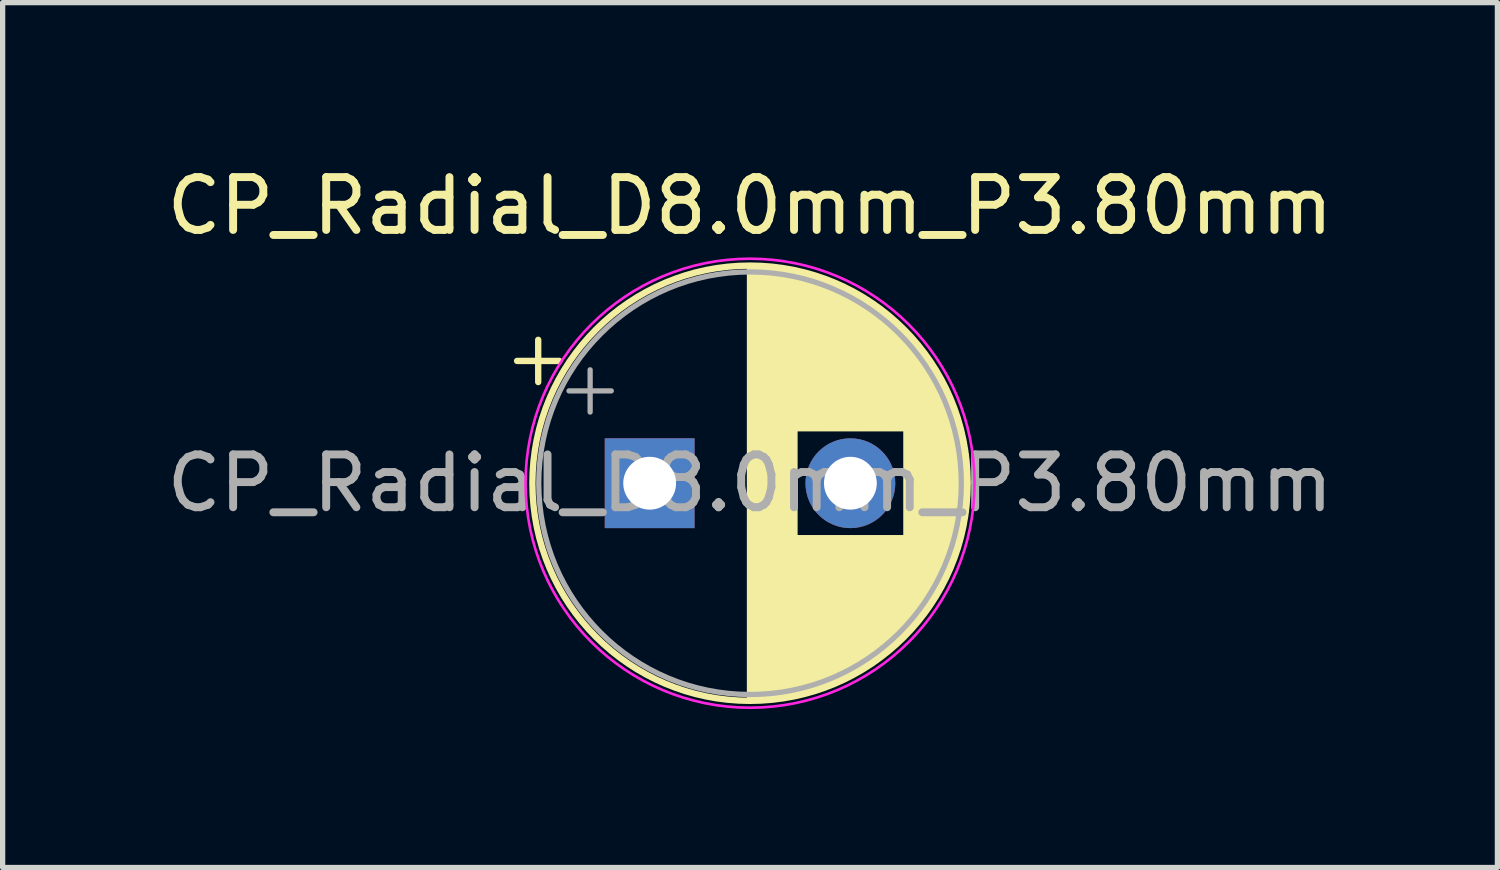
<source format=kicad_pcb>
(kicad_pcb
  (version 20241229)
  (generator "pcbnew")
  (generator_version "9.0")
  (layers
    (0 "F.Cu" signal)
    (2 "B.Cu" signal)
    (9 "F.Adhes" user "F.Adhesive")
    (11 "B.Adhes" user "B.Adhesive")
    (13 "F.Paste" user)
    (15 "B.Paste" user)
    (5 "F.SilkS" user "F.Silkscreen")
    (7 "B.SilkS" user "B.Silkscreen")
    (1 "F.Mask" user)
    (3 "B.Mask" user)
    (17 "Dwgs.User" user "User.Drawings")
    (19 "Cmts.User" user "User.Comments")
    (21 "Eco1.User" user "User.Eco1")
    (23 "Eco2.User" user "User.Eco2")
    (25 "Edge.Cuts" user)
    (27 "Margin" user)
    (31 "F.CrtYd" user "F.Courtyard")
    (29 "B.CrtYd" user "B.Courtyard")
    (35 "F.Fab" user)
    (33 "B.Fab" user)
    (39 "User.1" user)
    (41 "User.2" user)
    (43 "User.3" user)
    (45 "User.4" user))
  (footprint "CP_Radial_D8.0mm_P3.80mm"
    (layer "F.Cu")
    (at 9.249 6.098)
    (property "Reference" "CP_Radial_D8.0mm_P3.80mm" (at 1.9 -5.25 0) (layer "F.SilkS") (effects (font (size 1 1) (thickness 0.15))))
    (attr through_hole)
    (fp_line (start -2.51 -2.315) (end -1.71 -2.315) (stroke (width 0.12) (type solid)) (layer "F.SilkS"))
    (fp_line (start -2.11 -2.715) (end -2.11 -1.915) (stroke (width 0.12) (type solid)) (layer "F.SilkS"))
    (fp_line (start 1.9 -4.08) (end 1.9 4.08) (stroke (width 0.12) (type solid)) (layer "F.SilkS"))
    (fp_line (start 1.94 -4.08) (end 1.94 4.08) (stroke (width 0.12) (type solid)) (layer "F.SilkS"))
    (fp_line (start 1.98 -4.08) (end 1.98 4.08) (stroke (width 0.12) (type solid)) (layer "F.SilkS"))
    (fp_line (start 2.02 -4.079) (end 2.02 4.079) (stroke (width 0.12) (type solid)) (layer "F.SilkS"))
    (fp_line (start 2.06 -4.077) (end 2.06 4.077) (stroke (width 0.12) (type solid)) (layer "F.SilkS"))
    (fp_line (start 2.1 -4.076) (end 2.1 4.076) (stroke (width 0.12) (type solid)) (layer "F.SilkS"))
    (fp_line (start 2.14 -4.074) (end 2.14 4.074) (stroke (width 0.12) (type solid)) (layer "F.SilkS"))
    (fp_line (start 2.18 -4.071) (end 2.18 4.071) (stroke (width 0.12) (type solid)) (layer "F.SilkS"))
    (fp_line (start 2.22 -4.068) (end 2.22 4.068) (stroke (width 0.12) (type solid)) (layer "F.SilkS"))
    (fp_line (start 2.26 -4.065) (end 2.26 4.065) (stroke (width 0.12) (type solid)) (layer "F.SilkS"))
    (fp_line (start 2.3 -4.061) (end 2.3 4.061) (stroke (width 0.12) (type solid)) (layer "F.SilkS"))
    (fp_line (start 2.34 -4.057) (end 2.34 4.057) (stroke (width 0.12) (type solid)) (layer "F.SilkS"))
    (fp_line (start 2.38 -4.052) (end 2.38 4.052) (stroke (width 0.12) (type solid)) (layer "F.SilkS"))
    (fp_line (start 2.42 -4.048) (end 2.42 4.048) (stroke (width 0.12) (type solid)) (layer "F.SilkS"))
    (fp_line (start 2.46 -4.042) (end 2.46 4.042) (stroke (width 0.12) (type solid)) (layer "F.SilkS"))
    (fp_line (start 2.5 -4.037) (end 2.5 4.037) (stroke (width 0.12) (type solid)) (layer "F.SilkS"))
    (fp_line (start 2.54 -4.03) (end 2.54 4.03) (stroke (width 0.12) (type solid)) (layer "F.SilkS"))
    (fp_line (start 2.58 -4.024) (end 2.58 4.024) (stroke (width 0.12) (type solid)) (layer "F.SilkS"))
    (fp_line (start 2.621 -4.017) (end 2.621 4.017) (stroke (width 0.12) (type solid)) (layer "F.SilkS"))
    (fp_line (start 2.661 -4.01) (end 2.661 4.01) (stroke (width 0.12) (type solid)) (layer "F.SilkS"))
    (fp_line (start 2.701 -4.002) (end 2.701 4.002) (stroke (width 0.12) (type solid)) (layer "F.SilkS"))
    (fp_line (start 2.741 -3.994) (end 2.741 3.994) (stroke (width 0.12) (type solid)) (layer "F.SilkS"))
    (fp_line (start 2.781 -3.985) (end 2.781 -1.04) (stroke (width 0.12) (type solid)) (layer "F.SilkS"))
    (fp_line (start 2.781 1.04) (end 2.781 3.985) (stroke (width 0.12) (type solid)) (layer "F.SilkS"))
    (fp_line (start 2.821 -3.976) (end 2.821 -1.04) (stroke (width 0.12) (type solid)) (layer "F.SilkS"))
    (fp_line (start 2.821 1.04) (end 2.821 3.976) (stroke (width 0.12) (type solid)) (layer "F.SilkS"))
    (fp_line (start 2.861 -3.967) (end 2.861 -1.04) (stroke (width 0.12) (type solid)) (layer "F.SilkS"))
    (fp_line (start 2.861 1.04) (end 2.861 3.967) (stroke (width 0.12) (type solid)) (layer "F.SilkS"))
    (fp_line (start 2.901 -3.957) (end 2.901 -1.04) (stroke (width 0.12) (type solid)) (layer "F.SilkS"))
    (fp_line (start 2.901 1.04) (end 2.901 3.957) (stroke (width 0.12) (type solid)) (layer "F.SilkS"))
    (fp_line (start 2.941 -3.947) (end 2.941 -1.04) (stroke (width 0.12) (type solid)) (layer "F.SilkS"))
    (fp_line (start 2.941 1.04) (end 2.941 3.947) (stroke (width 0.12) (type solid)) (layer "F.SilkS"))
    (fp_line (start 2.981 -3.936) (end 2.981 -1.04) (stroke (width 0.12) (type solid)) (layer "F.SilkS"))
    (fp_line (start 2.981 1.04) (end 2.981 3.936) (stroke (width 0.12) (type solid)) (layer "F.SilkS"))
    (fp_line (start 3.021 -3.925) (end 3.021 -1.04) (stroke (width 0.12) (type solid)) (layer "F.SilkS"))
    (fp_line (start 3.021 1.04) (end 3.021 3.925) (stroke (width 0.12) (type solid)) (layer "F.SilkS"))
    (fp_line (start 3.061 -3.914) (end 3.061 -1.04) (stroke (width 0.12) (type solid)) (layer "F.SilkS"))
    (fp_line (start 3.061 1.04) (end 3.061 3.914) (stroke (width 0.12) (type solid)) (layer "F.SilkS"))
    (fp_line (start 3.101 -3.902) (end 3.101 -1.04) (stroke (width 0.12) (type solid)) (layer "F.SilkS"))
    (fp_line (start 3.101 1.04) (end 3.101 3.902) (stroke (width 0.12) (type solid)) (layer "F.SilkS"))
    (fp_line (start 3.141 -3.889) (end 3.141 -1.04) (stroke (width 0.12) (type solid)) (layer "F.SilkS"))
    (fp_line (start 3.141 1.04) (end 3.141 3.889) (stroke (width 0.12) (type solid)) (layer "F.SilkS"))
    (fp_line (start 3.181 -3.877) (end 3.181 -1.04) (stroke (width 0.12) (type solid)) (layer "F.SilkS"))
    (fp_line (start 3.181 1.04) (end 3.181 3.877) (stroke (width 0.12) (type solid)) (layer "F.SilkS"))
    (fp_line (start 3.221 -3.863) (end 3.221 -1.04) (stroke (width 0.12) (type solid)) (layer "F.SilkS"))
    (fp_line (start 3.221 1.04) (end 3.221 3.863) (stroke (width 0.12) (type solid)) (layer "F.SilkS"))
    (fp_line (start 3.261 -3.85) (end 3.261 -1.04) (stroke (width 0.12) (type solid)) (layer "F.SilkS"))
    (fp_line (start 3.261 1.04) (end 3.261 3.85) (stroke (width 0.12) (type solid)) (layer "F.SilkS"))
    (fp_line (start 3.301 -3.835) (end 3.301 -1.04) (stroke (width 0.12) (type solid)) (layer "F.SilkS"))
    (fp_line (start 3.301 1.04) (end 3.301 3.835) (stroke (width 0.12) (type solid)) (layer "F.SilkS"))
    (fp_line (start 3.341 -3.821) (end 3.341 -1.04) (stroke (width 0.12) (type solid)) (layer "F.SilkS"))
    (fp_line (start 3.341 1.04) (end 3.341 3.821) (stroke (width 0.12) (type solid)) (layer "F.SilkS"))
    (fp_line (start 3.381 -3.805) (end 3.381 -1.04) (stroke (width 0.12) (type solid)) (layer "F.SilkS"))
    (fp_line (start 3.381 1.04) (end 3.381 3.805) (stroke (width 0.12) (type solid)) (layer "F.SilkS"))
    (fp_line (start 3.421 -3.79) (end 3.421 -1.04) (stroke (width 0.12) (type solid)) (layer "F.SilkS"))
    (fp_line (start 3.421 1.04) (end 3.421 3.79) (stroke (width 0.12) (type solid)) (layer "F.SilkS"))
    (fp_line (start 3.461 -3.774) (end 3.461 -1.04) (stroke (width 0.12) (type solid)) (layer "F.SilkS"))
    (fp_line (start 3.461 1.04) (end 3.461 3.774) (stroke (width 0.12) (type solid)) (layer "F.SilkS"))
    (fp_line (start 3.501 -3.757) (end 3.501 -1.04) (stroke (width 0.12) (type solid)) (layer "F.SilkS"))
    (fp_line (start 3.501 1.04) (end 3.501 3.757) (stroke (width 0.12) (type solid)) (layer "F.SilkS"))
    (fp_line (start 3.541 -3.74) (end 3.541 -1.04) (stroke (width 0.12) (type solid)) (layer "F.SilkS"))
    (fp_line (start 3.541 1.04) (end 3.541 3.74) (stroke (width 0.12) (type solid)) (layer "F.SilkS"))
    (fp_line (start 3.581 -3.722) (end 3.581 -1.04) (stroke (width 0.12) (type solid)) (layer "F.SilkS"))
    (fp_line (start 3.581 1.04) (end 3.581 3.722) (stroke (width 0.12) (type solid)) (layer "F.SilkS"))
    (fp_line (start 3.621 -3.704) (end 3.621 -1.04) (stroke (width 0.12) (type solid)) (layer "F.SilkS"))
    (fp_line (start 3.621 1.04) (end 3.621 3.704) (stroke (width 0.12) (type solid)) (layer "F.SilkS"))
    (fp_line (start 3.661 -3.686) (end 3.661 -1.04) (stroke (width 0.12) (type solid)) (layer "F.SilkS"))
    (fp_line (start 3.661 1.04) (end 3.661 3.686) (stroke (width 0.12) (type solid)) (layer "F.SilkS"))
    (fp_line (start 3.701 -3.666) (end 3.701 -1.04) (stroke (width 0.12) (type solid)) (layer "F.SilkS"))
    (fp_line (start 3.701 1.04) (end 3.701 3.666) (stroke (width 0.12) (type solid)) (layer "F.SilkS"))
    (fp_line (start 3.741 -3.647) (end 3.741 -1.04) (stroke (width 0.12) (type solid)) (layer "F.SilkS"))
    (fp_line (start 3.741 1.04) (end 3.741 3.647) (stroke (width 0.12) (type solid)) (layer "F.SilkS"))
    (fp_line (start 3.781 -3.627) (end 3.781 -1.04) (stroke (width 0.12) (type solid)) (layer "F.SilkS"))
    (fp_line (start 3.781 1.04) (end 3.781 3.627) (stroke (width 0.12) (type solid)) (layer "F.SilkS"))
    (fp_line (start 3.821 -3.606) (end 3.821 -1.04) (stroke (width 0.12) (type solid)) (layer "F.SilkS"))
    (fp_line (start 3.821 1.04) (end 3.821 3.606) (stroke (width 0.12) (type solid)) (layer "F.SilkS"))
    (fp_line (start 3.861 -3.584) (end 3.861 -1.04) (stroke (width 0.12) (type solid)) (layer "F.SilkS"))
    (fp_line (start 3.861 1.04) (end 3.861 3.584) (stroke (width 0.12) (type solid)) (layer "F.SilkS"))
    (fp_line (start 3.901 -3.562) (end 3.901 -1.04) (stroke (width 0.12) (type solid)) (layer "F.SilkS"))
    (fp_line (start 3.901 1.04) (end 3.901 3.562) (stroke (width 0.12) (type solid)) (layer "F.SilkS"))
    (fp_line (start 3.941 -3.54) (end 3.941 -1.04) (stroke (width 0.12) (type solid)) (layer "F.SilkS"))
    (fp_line (start 3.941 1.04) (end 3.941 3.54) (stroke (width 0.12) (type solid)) (layer "F.SilkS"))
    (fp_line (start 3.981 -3.517) (end 3.981 -1.04) (stroke (width 0.12) (type solid)) (layer "F.SilkS"))
    (fp_line (start 3.981 1.04) (end 3.981 3.517) (stroke (width 0.12) (type solid)) (layer "F.SilkS"))
    (fp_line (start 4.021 -3.493) (end 4.021 -1.04) (stroke (width 0.12) (type solid)) (layer "F.SilkS"))
    (fp_line (start 4.021 1.04) (end 4.021 3.493) (stroke (width 0.12) (type solid)) (layer "F.SilkS"))
    (fp_line (start 4.061 -3.469) (end 4.061 -1.04) (stroke (width 0.12) (type solid)) (layer "F.SilkS"))
    (fp_line (start 4.061 1.04) (end 4.061 3.469) (stroke (width 0.12) (type solid)) (layer "F.SilkS"))
    (fp_line (start 4.101 -3.444) (end 4.101 -1.04) (stroke (width 0.12) (type solid)) (layer "F.SilkS"))
    (fp_line (start 4.101 1.04) (end 4.101 3.444) (stroke (width 0.12) (type solid)) (layer "F.SilkS"))
    (fp_line (start 4.141 -3.418) (end 4.141 -1.04) (stroke (width 0.12) (type solid)) (layer "F.SilkS"))
    (fp_line (start 4.141 1.04) (end 4.141 3.418) (stroke (width 0.12) (type solid)) (layer "F.SilkS"))
    (fp_line (start 4.181 -3.392) (end 4.181 -1.04) (stroke (width 0.12) (type solid)) (layer "F.SilkS"))
    (fp_line (start 4.181 1.04) (end 4.181 3.392) (stroke (width 0.12) (type solid)) (layer "F.SilkS"))
    (fp_line (start 4.221 -3.365) (end 4.221 -1.04) (stroke (width 0.12) (type solid)) (layer "F.SilkS"))
    (fp_line (start 4.221 1.04) (end 4.221 3.365) (stroke (width 0.12) (type solid)) (layer "F.SilkS"))
    (fp_line (start 4.261 -3.338) (end 4.261 -1.04) (stroke (width 0.12) (type solid)) (layer "F.SilkS"))
    (fp_line (start 4.261 1.04) (end 4.261 3.338) (stroke (width 0.12) (type solid)) (layer "F.SilkS"))
    (fp_line (start 4.301 -3.309) (end 4.301 -1.04) (stroke (width 0.12) (type solid)) (layer "F.SilkS"))
    (fp_line (start 4.301 1.04) (end 4.301 3.309) (stroke (width 0.12) (type solid)) (layer "F.SilkS"))
    (fp_line (start 4.341 -3.28) (end 4.341 -1.04) (stroke (width 0.12) (type solid)) (layer "F.SilkS"))
    (fp_line (start 4.341 1.04) (end 4.341 3.28) (stroke (width 0.12) (type solid)) (layer "F.SilkS"))
    (fp_line (start 4.381 -3.25) (end 4.381 -1.04) (stroke (width 0.12) (type solid)) (layer "F.SilkS"))
    (fp_line (start 4.381 1.04) (end 4.381 3.25) (stroke (width 0.12) (type solid)) (layer "F.SilkS"))
    (fp_line (start 4.421 -3.22) (end 4.421 -1.04) (stroke (width 0.12) (type solid)) (layer "F.SilkS"))
    (fp_line (start 4.421 1.04) (end 4.421 3.22) (stroke (width 0.12) (type solid)) (layer "F.SilkS"))
    (fp_line (start 4.461 -3.189) (end 4.461 -1.04) (stroke (width 0.12) (type solid)) (layer "F.SilkS"))
    (fp_line (start 4.461 1.04) (end 4.461 3.189) (stroke (width 0.12) (type solid)) (layer "F.SilkS"))
    (fp_line (start 4.501 -3.156) (end 4.501 -1.04) (stroke (width 0.12) (type solid)) (layer "F.SilkS"))
    (fp_line (start 4.501 1.04) (end 4.501 3.156) (stroke (width 0.12) (type solid)) (layer "F.SilkS"))
    (fp_line (start 4.541 -3.124) (end 4.541 -1.04) (stroke (width 0.12) (type solid)) (layer "F.SilkS"))
    (fp_line (start 4.541 1.04) (end 4.541 3.124) (stroke (width 0.12) (type solid)) (layer "F.SilkS"))
    (fp_line (start 4.581 -3.09) (end 4.581 -1.04) (stroke (width 0.12) (type solid)) (layer "F.SilkS"))
    (fp_line (start 4.581 1.04) (end 4.581 3.09) (stroke (width 0.12) (type solid)) (layer "F.SilkS"))
    (fp_line (start 4.621 -3.055) (end 4.621 -1.04) (stroke (width 0.12) (type solid)) (layer "F.SilkS"))
    (fp_line (start 4.621 1.04) (end 4.621 3.055) (stroke (width 0.12) (type solid)) (layer "F.SilkS"))
    (fp_line (start 4.661 -3.019) (end 4.661 -1.04) (stroke (width 0.12) (type solid)) (layer "F.SilkS"))
    (fp_line (start 4.661 1.04) (end 4.661 3.019) (stroke (width 0.12) (type solid)) (layer "F.SilkS"))
    (fp_line (start 4.701 -2.983) (end 4.701 -1.04) (stroke (width 0.12) (type solid)) (layer "F.SilkS"))
    (fp_line (start 4.701 1.04) (end 4.701 2.983) (stroke (width 0.12) (type solid)) (layer "F.SilkS"))
    (fp_line (start 4.741 -2.945) (end 4.741 -1.04) (stroke (width 0.12) (type solid)) (layer "F.SilkS"))
    (fp_line (start 4.741 1.04) (end 4.741 2.945) (stroke (width 0.12) (type solid)) (layer "F.SilkS"))
    (fp_line (start 4.781 -2.907) (end 4.781 -1.04) (stroke (width 0.12) (type solid)) (layer "F.SilkS"))
    (fp_line (start 4.781 1.04) (end 4.781 2.907) (stroke (width 0.12) (type solid)) (layer "F.SilkS"))
    (fp_line (start 4.821 -2.867) (end 4.821 -1.04) (stroke (width 0.12) (type solid)) (layer "F.SilkS"))
    (fp_line (start 4.821 1.04) (end 4.821 2.867) (stroke (width 0.12) (type solid)) (layer "F.SilkS"))
    (fp_line (start 4.861 -2.826) (end 4.861 2.826) (stroke (width 0.12) (type solid)) (layer "F.SilkS"))
    (fp_line (start 4.901 -2.784) (end 4.901 2.784) (stroke (width 0.12) (type solid)) (layer "F.SilkS"))
    (fp_line (start 4.941 -2.741) (end 4.941 2.741) (stroke (width 0.12) (type solid)) (layer "F.SilkS"))
    (fp_line (start 4.981 -2.697) (end 4.981 2.697) (stroke (width 0.12) (type solid)) (layer "F.SilkS"))
    (fp_line (start 5.021 -2.651) (end 5.021 2.651) (stroke (width 0.12) (type solid)) (layer "F.SilkS"))
    (fp_line (start 5.061 -2.604) (end 5.061 2.604) (stroke (width 0.12) (type solid)) (layer "F.SilkS"))
    (fp_line (start 5.101 -2.556) (end 5.101 2.556) (stroke (width 0.12) (type solid)) (layer "F.SilkS"))
    (fp_line (start 5.141 -2.505) (end 5.141 2.505) (stroke (width 0.12) (type solid)) (layer "F.SilkS"))
    (fp_line (start 5.181 -2.454) (end 5.181 2.454) (stroke (width 0.12) (type solid)) (layer "F.SilkS"))
    (fp_line (start 5.221 -2.4) (end 5.221 2.4) (stroke (width 0.12) (type solid)) (layer "F.SilkS"))
    (fp_line (start 5.261 -2.345) (end 5.261 2.345) (stroke (width 0.12) (type solid)) (layer "F.SilkS"))
    (fp_line (start 5.301 -2.287) (end 5.301 2.287) (stroke (width 0.12) (type solid)) (layer "F.SilkS"))
    (fp_line (start 5.341 -2.228) (end 5.341 2.228) (stroke (width 0.12) (type solid)) (layer "F.SilkS"))
    (fp_line (start 5.381 -2.166) (end 5.381 2.166) (stroke (width 0.12) (type solid)) (layer "F.SilkS"))
    (fp_line (start 5.421 -2.102) (end 5.421 2.102) (stroke (width 0.12) (type solid)) (layer "F.SilkS"))
    (fp_line (start 5.461 -2.034) (end 5.461 2.034) (stroke (width 0.12) (type solid)) (layer "F.SilkS"))
    (fp_line (start 5.501 -1.964) (end 5.501 1.964) (stroke (width 0.12) (type solid)) (layer "F.SilkS"))
    (fp_line (start 5.541 -1.89) (end 5.541 1.89) (stroke (width 0.12) (type solid)) (layer "F.SilkS"))
    (fp_line (start 5.581 -1.813) (end 5.581 1.813) (stroke (width 0.12) (type solid)) (layer "F.SilkS"))
    (fp_line (start 5.621 -1.731) (end 5.621 1.731) (stroke (width 0.12) (type solid)) (layer "F.SilkS"))
    (fp_line (start 5.661 -1.645) (end 5.661 1.645) (stroke (width 0.12) (type solid)) (layer "F.SilkS"))
    (fp_line (start 5.701 -1.552) (end 5.701 1.552) (stroke (width 0.12) (type solid)) (layer "F.SilkS"))
    (fp_line (start 5.741 -1.453) (end 5.741 1.453) (stroke (width 0.12) (type solid)) (layer "F.SilkS"))
    (fp_line (start 5.781 -1.346) (end 5.781 1.346) (stroke (width 0.12) (type solid)) (layer "F.SilkS"))
    (fp_line (start 5.821 -1.229) (end 5.821 1.229) (stroke (width 0.12) (type solid)) (layer "F.SilkS"))
    (fp_line (start 5.861 -1.098) (end 5.861 1.098) (stroke (width 0.12) (type solid)) (layer "F.SilkS"))
    (fp_line (start 5.901 -0.948) (end 5.901 0.948) (stroke (width 0.12) (type solid)) (layer "F.SilkS"))
    (fp_line (start 5.941 -0.768) (end 5.941 0.768) (stroke (width 0.12) (type solid)) (layer "F.SilkS"))
    (fp_line (start 5.981 -0.533) (end 5.981 0.533) (stroke (width 0.12) (type solid)) (layer "F.SilkS"))
    (fp_circle (center 1.9 0) (end 6.02 0) (stroke (width 0.12) (type solid)) (fill no) (layer "F.SilkS"))
    (fp_circle (center 1.9 0) (end 6.15 0) (stroke (width 0.05) (type solid)) (fill no) (layer "F.CrtYd"))
    (fp_line (start -1.527 -1.748) (end -0.727 -1.748) (stroke (width 0.1) (type solid)) (layer "F.Fab"))
    (fp_line (start -1.127 -2.147) (end -1.127 -1.347) (stroke (width 0.1) (type solid)) (layer "F.Fab"))
    (fp_circle (center 1.9 0) (end 5.9 0) (stroke (width 0.1) (type solid)) (fill no) (layer "F.Fab"))
    (fp_text user "${REFERENCE}" (at 1.9 0 0) (layer "F.Fab") (effects (font (size 1 1) (thickness 0.15))))
    (pad "1" thru_hole rect (at 0 0) (size 1.7 1.7) (drill 1) (layers "*.Cu" "*.Mask"))
    (pad "2" thru_hole circle (at 3.8 0) (size 1.7 1.7) (drill 1) (layers "*.Cu" "*.Mask")))
  (gr_rect
    (start -3 -3)
    (end 25.298 13.373)
    (stroke (width 0.1) (type default))
    (fill no)
    (layer "Edge.Cuts")))
</source>
